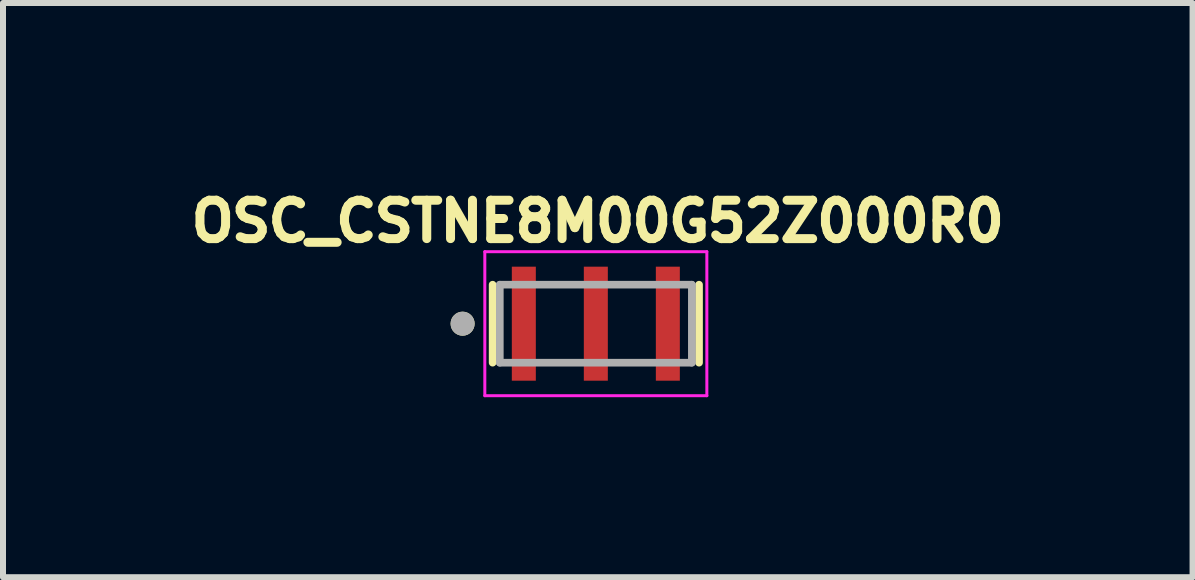
<source format=kicad_pcb>
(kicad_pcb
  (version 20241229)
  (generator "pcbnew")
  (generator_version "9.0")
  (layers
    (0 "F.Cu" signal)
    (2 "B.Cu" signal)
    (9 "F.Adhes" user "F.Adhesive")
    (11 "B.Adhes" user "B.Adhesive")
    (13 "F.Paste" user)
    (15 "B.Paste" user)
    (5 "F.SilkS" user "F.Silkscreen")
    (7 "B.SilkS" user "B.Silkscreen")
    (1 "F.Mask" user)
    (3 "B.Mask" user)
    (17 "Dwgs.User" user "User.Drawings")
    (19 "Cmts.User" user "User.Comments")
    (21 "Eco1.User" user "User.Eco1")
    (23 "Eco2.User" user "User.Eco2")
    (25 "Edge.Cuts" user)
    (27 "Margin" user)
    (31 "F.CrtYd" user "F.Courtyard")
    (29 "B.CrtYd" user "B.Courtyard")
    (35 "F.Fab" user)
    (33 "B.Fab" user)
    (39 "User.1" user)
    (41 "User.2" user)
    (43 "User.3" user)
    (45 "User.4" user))
  (footprint "OSC_CSTNE8M00G52Z000R0"
    (layer "F.Cu")
    (at 6.879 2.344)
    (property "Reference" "OSC_CSTNE8M00G52Z000R0" (at 0.032 -1.706 0) (layer "F.SilkS") (effects (font (size 0.64 0.64) (thickness 0.15))))
    (attr smd)
    (fp_line (start -1.72 -0.65) (end -1.72 0.65) (stroke (width 0.127) (type solid)) (layer "F.SilkS"))
    (fp_line (start 1.72 -0.65) (end 1.72 0.65) (stroke (width 0.127) (type solid)) (layer "F.SilkS"))
    (fp_circle (center -2.22 0) (end -2.12 0) (stroke (width 0.2) (type solid)) (fill no) (layer "F.SilkS"))
    (fp_line (start -1.85 -1.2) (end 1.85 -1.2) (stroke (width 0.05) (type solid)) (layer "F.CrtYd"))
    (fp_line (start -1.85 1.2) (end -1.85 -1.2) (stroke (width 0.05) (type solid)) (layer "F.CrtYd"))
    (fp_line (start 1.85 -1.2) (end 1.85 1.2) (stroke (width 0.05) (type solid)) (layer "F.CrtYd"))
    (fp_line (start 1.85 1.2) (end -1.85 1.2) (stroke (width 0.05) (type solid)) (layer "F.CrtYd"))
    (fp_line (start -1.6 -0.65) (end -1.6 0.65) (stroke (width 0.127) (type solid)) (layer "F.Fab"))
    (fp_line (start -1.6 -0.65) (end 1.6 -0.65) (stroke (width 0.127) (type solid)) (layer "F.Fab"))
    (fp_line (start 1.6 -0.65) (end 1.6 0.65) (stroke (width 0.127) (type solid)) (layer "F.Fab"))
    (fp_line (start 1.6 0.65) (end -1.6 0.65) (stroke (width 0.127) (type solid)) (layer "F.Fab"))
    (fp_circle (center -2.22 0) (end -2.12 0) (stroke (width 0.2) (type solid)) (fill no) (layer "F.Fab"))
    (pad "1" smd rect (at -1.2 0) (size 0.4 1.9) (layers "F.Cu" "F.Mask" "F.Paste"))
    (pad "2" smd rect (at 0 0) (size 0.4 1.9) (layers "F.Cu" "F.Mask" "F.Paste"))
    (pad "3" smd rect (at 1.2 0) (size 0.4 1.9) (layers "F.Cu" "F.Mask" "F.Paste")))
  (gr_rect
    (start -3 -3)
    (end 16.823 6.569)
    (stroke (width 0.1) (type default))
    (fill no)
    (layer "Edge.Cuts")))
</source>
